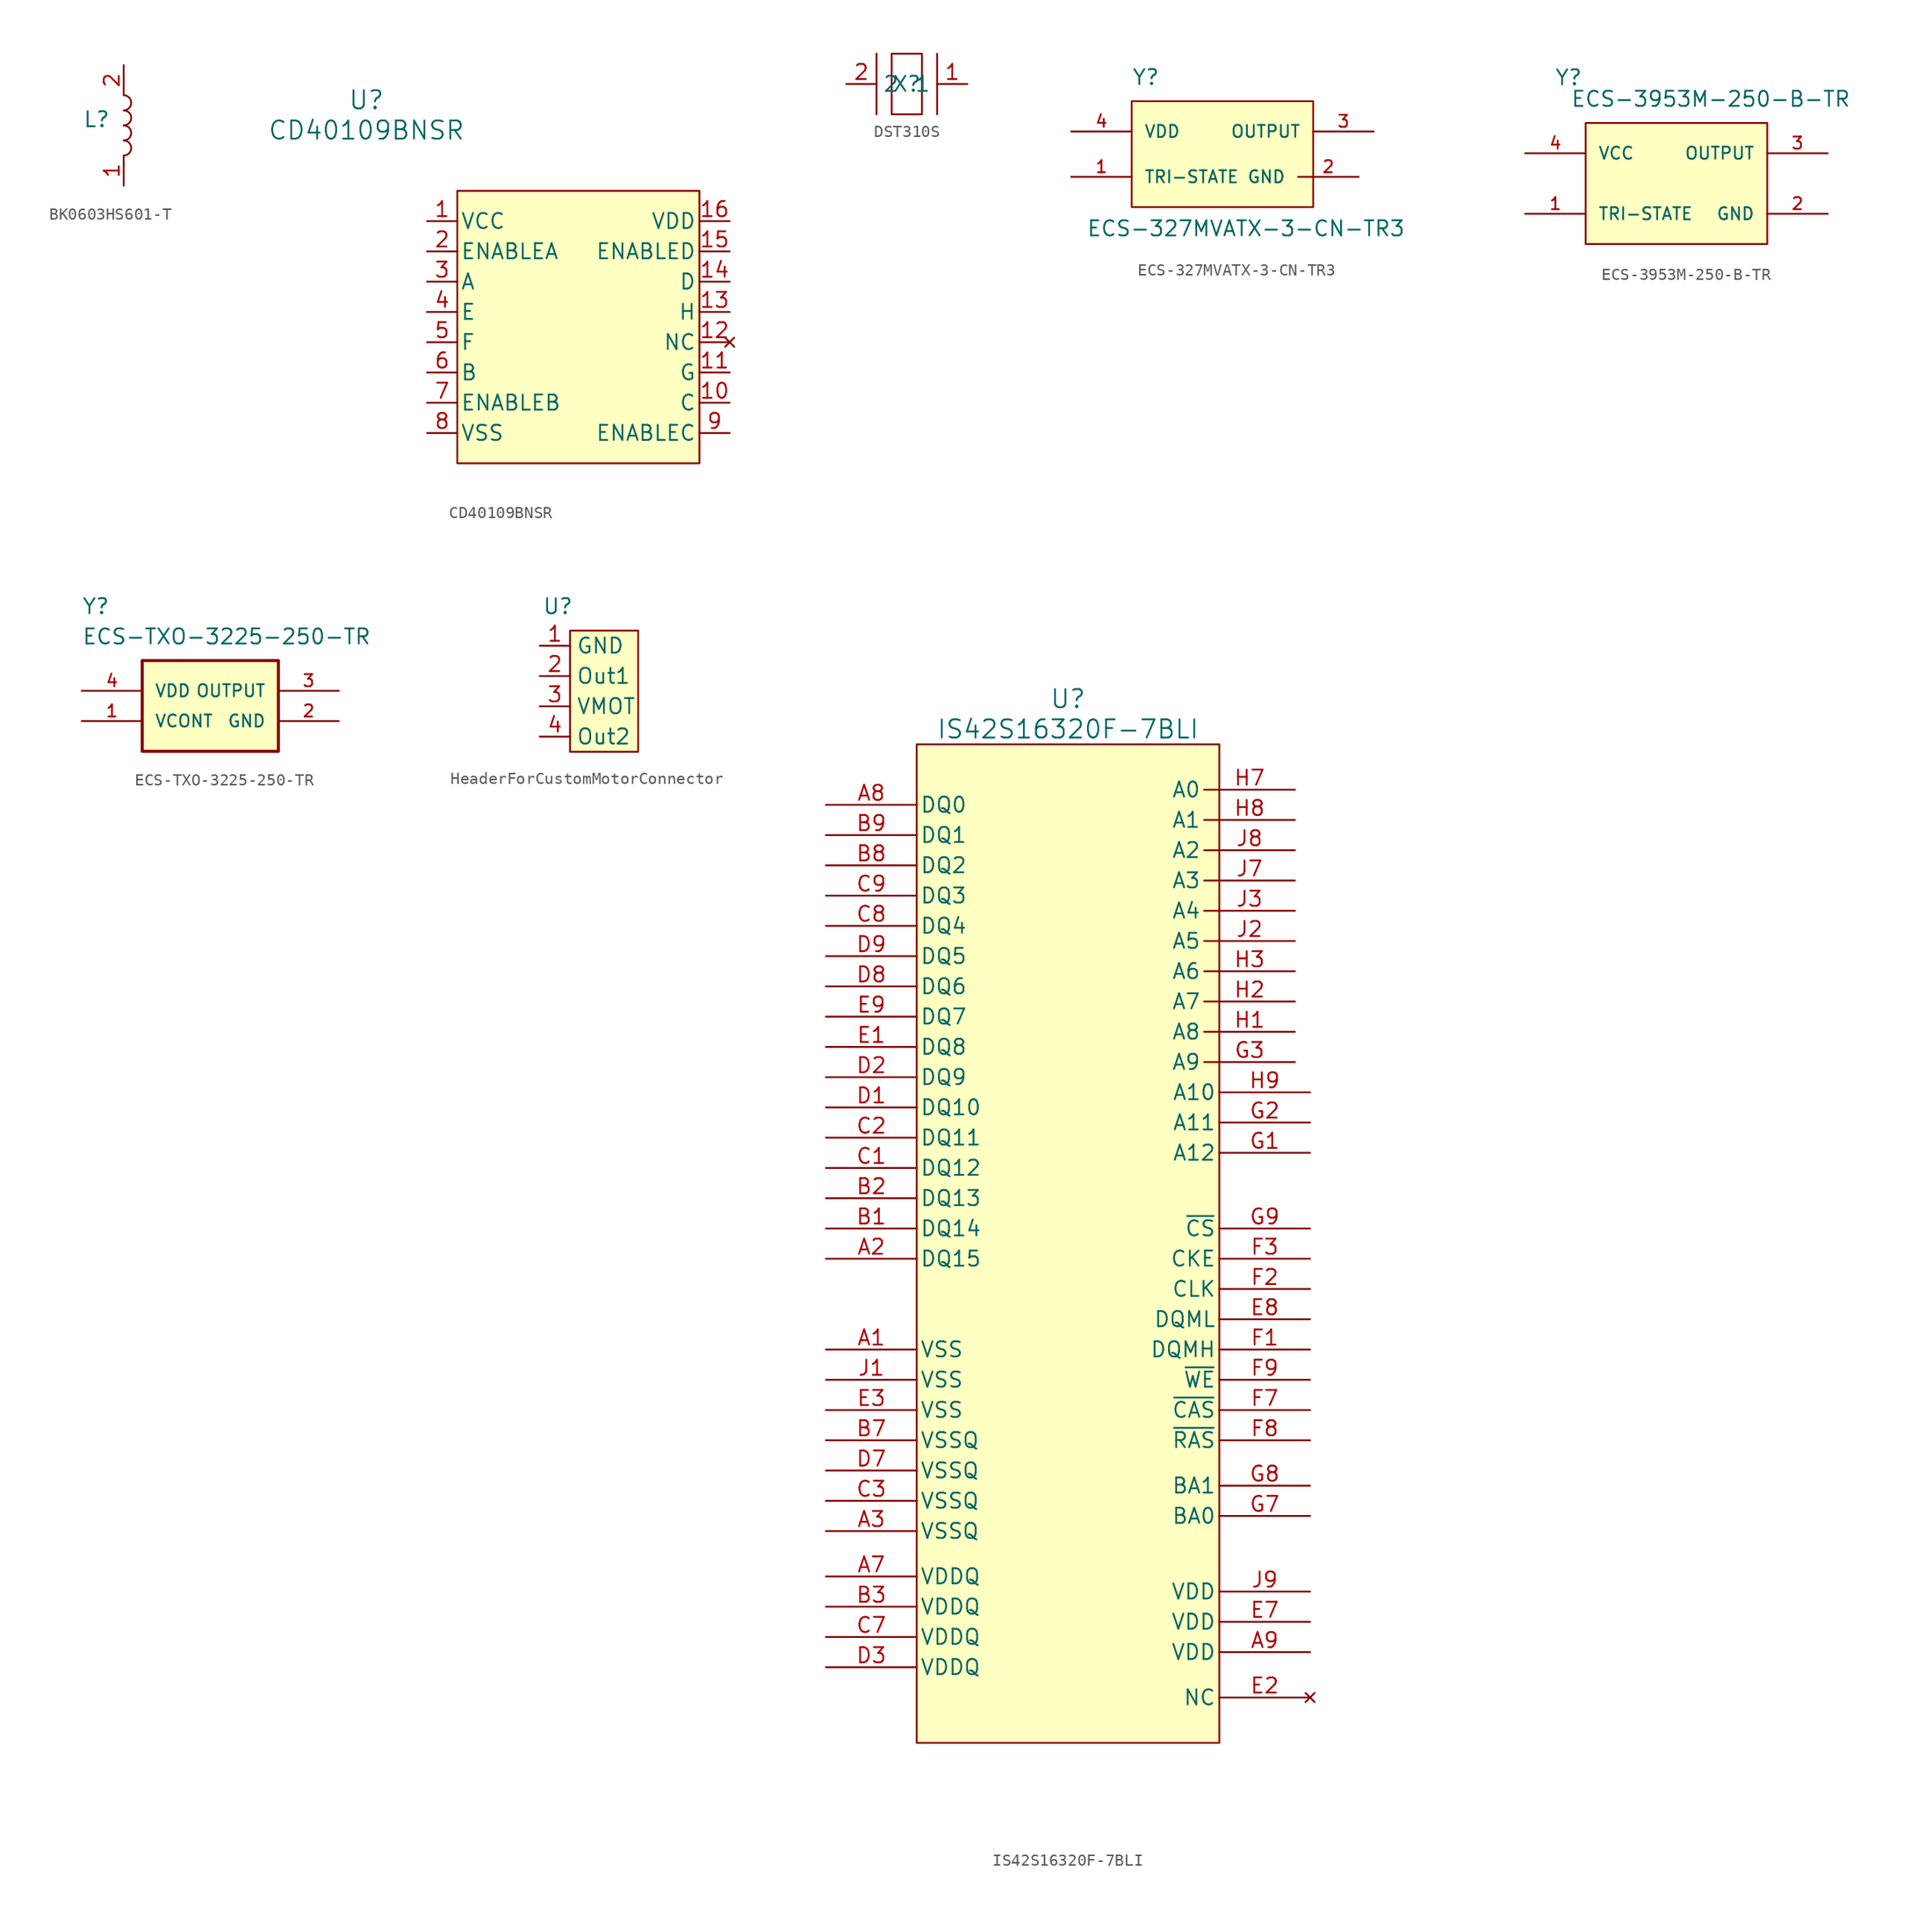
<source format=kicad_sym>
(kicad_symbol_lib
  (version 20241209)
  (generator "kicad_symbol_editor")
  (generator_version "9.0")
  (symbol "BK0603HS601-T"
    (property "Reference" "L"
      (at -2.286 3.048 0)
      (effects (font (size 1.27 1.27))))
    (property "Value" ""
      (at 0 0 0)
      (effects (font (size 1.27 1.27))))
    (symbol "BK0603HS601-T_0_1"
      (arc (start 0 5.08) (mid 0.635 4.445) (end 0 3.81) (stroke (width 0) (type default)) (fill (type none)))
      (arc (start 0 3.81) (mid 0.635 3.175) (end 0 2.54) (stroke (width 0) (type default)) (fill (type none)))
      (arc (start 0 2.54) (mid 0.635 1.905) (end 0 1.27) (stroke (width 0) (type default)) (fill (type none)))
      (arc (start 0 1.27) (mid 0.635 0.635) (end 0 0) (stroke (width 0) (type default)) (fill (type none))))
    (symbol "BK0603HS601-T_1_1"
      (pin passive line (at 0 7.62 270) (length 2.54) (name "" (effects (font (size 1.27 1.27)))) (number "2" (effects (font (size 1.27 1.27)))))
      (pin passive line (at 0 -2.54 90) (length 2.54) (name "" (effects (font (size 1.27 1.27)))) (number "1" (effects (font (size 1.27 1.27)))))))
  (symbol "CD40109BNSR"
    (pin_names
      (offset 0.254))
    (property "Reference" "U"
      (at -27.94 30.48 0)
      (effects (font (size 1.524 1.524))))
    (property "Value" "CD40109BNSR"
      (at -27.94 27.94 0)
      (effects (font (size 1.524 1.524))))
    (symbol "CD40109BNSR_1_1"
      (rectangle (start -20.32 22.86) (end 0 0) (stroke (width 0) (type default)) (fill (type background)))
      (pin power_in line (at -22.86 20.32 0) (length 2.54) (name "VCC" (effects (font (size 1.27 1.27)))) (number "1" (effects (font (size 1.27 1.27)))))
      (pin input line (at -22.86 17.78 0) (length 2.54) (name "ENABLEA" (effects (font (size 1.27 1.27)))) (number "2" (effects (font (size 1.27 1.27)))))
      (pin input line (at -22.86 15.24 0) (length 2.54) (name "A" (effects (font (size 1.27 1.27)))) (number "3" (effects (font (size 1.27 1.27)))))
      (pin output line (at -22.86 12.7 0) (length 2.54) (name "E" (effects (font (size 1.27 1.27)))) (number "4" (effects (font (size 1.27 1.27)))))
      (pin output line (at -22.86 10.16 0) (length 2.54) (name "F" (effects (font (size 1.27 1.27)))) (number "5" (effects (font (size 1.27 1.27)))))
      (pin input line (at -22.86 7.62 0) (length 2.54) (name "B" (effects (font (size 1.27 1.27)))) (number "6" (effects (font (size 1.27 1.27)))))
      (pin input line (at -22.86 5.08 0) (length 2.54) (name "ENABLEB" (effects (font (size 1.27 1.27)))) (number "7" (effects (font (size 1.27 1.27)))))
      (pin power_in line (at -22.86 2.54 0) (length 2.54) (name "VSS" (effects (font (size 1.27 1.27)))) (number "8" (effects (font (size 1.27 1.27)))))
      (pin power_in line (at 2.54 20.32 180) (length 2.54) (name "VDD" (effects (font (size 1.27 1.27)))) (number "16" (effects (font (size 1.27 1.27)))))
      (pin input line (at 2.54 17.78 180) (length 2.54) (name "ENABLED" (effects (font (size 1.27 1.27)))) (number "15" (effects (font (size 1.27 1.27)))))
      (pin input line (at 2.54 15.24 180) (length 2.54) (name "D" (effects (font (size 1.27 1.27)))) (number "14" (effects (font (size 1.27 1.27)))))
      (pin output line (at 2.54 12.7 180) (length 2.54) (name "H" (effects (font (size 1.27 1.27)))) (number "13" (effects (font (size 1.27 1.27)))))
      (pin no_connect line (at 2.54 10.16 180) (length 2.54) (name "NC" (effects (font (size 1.27 1.27)))) (number "12" (effects (font (size 1.27 1.27)))))
      (pin output line (at 2.54 7.62 180) (length 2.54) (name "G" (effects (font (size 1.27 1.27)))) (number "11" (effects (font (size 1.27 1.27)))))
      (pin input line (at 2.54 5.08 180) (length 2.54) (name "C" (effects (font (size 1.27 1.27)))) (number "10" (effects (font (size 1.27 1.27)))))
      (pin input line (at 2.54 2.54 180) (length 2.54) (name "ENABLEC" (effects (font (size 1.27 1.27)))) (number "9" (effects (font (size 1.27 1.27)))))))
  (symbol "DST310S"
    (property "Reference" "X"
      (at 0 0 0)
      (effects (font (size 1.27 1.27))))
    (property "Value" ""
      (at 0 0 0)
      (effects (font (size 1.27 1.27))))
    (symbol "DST310S_0_1"
      (rectangle (start -2.54 2.54) (end -2.54 -2.54) (stroke (width 0) (type default)) (fill (type none)))
      (rectangle (start -1.27 2.54) (end 1.27 -2.54) (stroke (width 0) (type default)) (fill (type none)))
      (rectangle (start 2.54 2.54) (end 2.54 -2.54) (stroke (width 0) (type default)) (fill (type none))))
    (symbol "DST310S_1_1"
      (pin input line (at -5.08 0 0) (length 2.54) (name "2" (effects (font (size 1.27 1.27)))) (number "2" (effects (font (size 1.27 1.27)))))
      (pin input line (at 5.08 0 180) (length 2.54) (name "1" (effects (font (size 1.27 1.27)))) (number "1" (effects (font (size 1.27 1.27)))))))
  (symbol "ECS-327MVATX-3-CN-TR3"
    (pin_names
      (offset 1.016))
    (property "Reference" "Y"
      (at -7.62 5.08 0)
      (effects (font (size 1.27 1.27)) (justify left bottom)))
    (property "Value" "ECS-327MVATX-3-CN-TR3"
      (at -11.43 -7.62 0)
      (effects (font (size 1.27 1.27)) (justify left bottom)))
    (symbol "ECS-327MVATX-3-CN-TR3_0_0"
      (rectangle (start -7.62 3.81) (end 7.62 -5.08) (stroke (width 0.152) (type solid)) (fill (type background)))
      (pin input line (at -12.7 1.27 0) (length 5.08) (name "VDD" (effects (font (size 1.016 1.016)))) (number "4" (effects (font (size 1.016 1.016)))))
      (pin input line (at -12.7 -2.54 0) (length 5.08) (name "TRI-STATE" (effects (font (size 1.016 1.016)))) (number "1" (effects (font (size 1.016 1.016)))))
      (pin power_in line (at 11.43 -2.54 180) (length 5.08) (name "GND" (effects (font (size 1.016 1.016)))) (number "2" (effects (font (size 1.016 1.016)))))
      (pin output line (at 12.7 1.27 180) (length 5.08) (name "OUTPUT" (effects (font (size 1.016 1.016)))) (number "3" (effects (font (size 1.016 1.016)))))))
  (symbol "ECS-3953M-250-B-TR"
    (pin_names
      (offset 1.016))
    (property "Reference" "Y"
      (at -10.236 8.153 0)
      (effects (font (size 1.27 1.27)) (justify left bottom)))
    (property "Value" "ECS-3953M-250-B-TR"
      (at -8.89 6.35 0)
      (effects (font (size 1.27 1.27)) (justify left bottom)))
    (symbol "ECS-3953M-250-B-TR_0_0"
      (rectangle (start -7.62 5.08) (end 7.62 -5.08) (stroke (width 0.152) (type solid)) (fill (type background)))
      (pin input line (at -12.7 2.54 0) (length 5.08) (name "VCC" (effects (font (size 1.016 1.016)))) (number "4" (effects (font (size 1.016 1.016)))))
      (pin input line (at -12.7 -2.54 0) (length 5.08) (name "TRI-STATE" (effects (font (size 1.016 1.016)))) (number "1" (effects (font (size 1.016 1.016)))))
      (pin output line (at 12.7 2.54 180) (length 5.08) (name "OUTPUT" (effects (font (size 1.016 1.016)))) (number "3" (effects (font (size 1.016 1.016)))))
      (pin power_in line (at 12.7 -2.54 180) (length 5.08) (name "GND" (effects (font (size 1.016 1.016)))) (number "2" (effects (font (size 1.016 1.016)))))))
  (symbol "ECS-TXO-3225-250-TR"
    (pin_names
      (offset 1.016))
    (property "Reference" "Y"
      (at -10.16 7.62 0)
      (effects (font (size 1.27 1.27)) (justify left bottom)))
    (property "Value" "ECS-TXO-3225-250-TR"
      (at -10.16 5.08 0)
      (effects (font (size 1.27 1.27)) (justify left bottom)))
    (symbol "ECS-TXO-3225-250-TR_0_0"
      (rectangle (start -5.08 3.81) (end 6.35 -3.81) (stroke (width 0.254) (type solid)) (fill (type background)))
      (pin input line (at -10.16 1.27 0) (length 5.08) (name "VDD" (effects (font (size 1.016 1.016)))) (number "4" (effects (font (size 1.016 1.016)))))
      (pin input line (at -10.16 -1.27 0) (length 5.08) (name "VCONT" (effects (font (size 1.016 1.016)))) (number "1" (effects (font (size 1.016 1.016)))))
      (pin output line (at 11.43 1.27 180) (length 5.08) (name "OUTPUT" (effects (font (size 1.016 1.016)))) (number "3" (effects (font (size 1.016 1.016)))))
      (pin power_in line (at 11.43 -1.27 180) (length 5.08) (name "GND" (effects (font (size 1.016 1.016)))) (number "2" (effects (font (size 1.016 1.016)))))))
  (symbol "HeaderForCustomMotorConnector"
    (property "Reference" "U"
      (at -6.731 12.192 0)
      (effects (font (size 1.27 1.27))))
    (property "Value" ""
      (at -5.715 6.35 0)
      (effects (font (size 1.27 1.27))))
    (symbol "HeaderForCustomMotorConnector_1_1"
      (rectangle (start -5.715 10.16) (end 0 0) (stroke (width 0) (type default)) (fill (type background)))
      (pin passive line (at -8.255 8.89 0) (length 2.54) (name "GND" (effects (font (size 1.27 1.27)))) (number "1" (effects (font (size 1.27 1.27)))))
      (pin passive line (at -8.255 6.35 0) (length 2.54) (name "Out1" (effects (font (size 1.27 1.27)))) (number "2" (effects (font (size 1.27 1.27)))))
      (pin passive line (at -8.255 3.81 0) (length 2.54) (name "VMOT" (effects (font (size 1.27 1.27)))) (number "3" (effects (font (size 1.27 1.27)))))
      (pin passive line (at -8.255 1.27 0) (length 2.54) (name "Out2" (effects (font (size 1.27 1.27)))) (number "4" (effects (font (size 1.27 1.27)))))))
  (symbol "IS42S16320F-7BLI"
    (pin_names
      (offset 0.254))
    (property "Reference" "U"
      (at 0 41.91 0)
      (effects (font (size 1.524 1.524))))
    (property "Value" "IS42S16320F-7BLI"
      (at 0 39.37 0)
      (effects (font (size 1.524 1.524))))
    (property "ki_locked" ""
      (at 0 0 0)
      (effects (font (size 1.27 1.27))))
    (symbol "IS42S16320F-7BLI_1_1"
      (rectangle (start -12.7 38.1) (end 12.7 -45.72) (stroke (width 0) (type default)) (fill (type background)))
      (pin bidirectional line (at -20.32 33.02 0) (length 7.62) (name "DQ0" (effects (font (size 1.27 1.27)))) (number "A8" (effects (font (size 1.27 1.27)))))
      (pin bidirectional line (at -20.32 30.48 0) (length 7.62) (name "DQ1" (effects (font (size 1.27 1.27)))) (number "B9" (effects (font (size 1.27 1.27)))))
      (pin bidirectional line (at -20.32 27.94 0) (length 7.62) (name "DQ2" (effects (font (size 1.27 1.27)))) (number "B8" (effects (font (size 1.27 1.27)))))
      (pin bidirectional line (at -20.32 25.4 0) (length 7.62) (name "DQ3" (effects (font (size 1.27 1.27)))) (number "C9" (effects (font (size 1.27 1.27)))))
      (pin bidirectional line (at -20.32 22.86 0) (length 7.62) (name "DQ4" (effects (font (size 1.27 1.27)))) (number "C8" (effects (font (size 1.27 1.27)))))
      (pin bidirectional line (at -20.32 20.32 0) (length 7.62) (name "DQ5" (effects (font (size 1.27 1.27)))) (number "D9" (effects (font (size 1.27 1.27)))))
      (pin bidirectional line (at -20.32 17.78 0) (length 7.62) (name "DQ6" (effects (font (size 1.27 1.27)))) (number "D8" (effects (font (size 1.27 1.27)))))
      (pin bidirectional line (at -20.32 15.24 0) (length 7.62) (name "DQ7" (effects (font (size 1.27 1.27)))) (number "E9" (effects (font (size 1.27 1.27)))))
      (pin bidirectional line (at -20.32 12.7 0) (length 7.62) (name "DQ8" (effects (font (size 1.27 1.27)))) (number "E1" (effects (font (size 1.27 1.27)))))
      (pin bidirectional line (at -20.32 10.16 0) (length 7.62) (name "DQ9" (effects (font (size 1.27 1.27)))) (number "D2" (effects (font (size 1.27 1.27)))))
      (pin bidirectional line (at -20.32 7.62 0) (length 7.62) (name "DQ10" (effects (font (size 1.27 1.27)))) (number "D1" (effects (font (size 1.27 1.27)))))
      (pin bidirectional line (at -20.32 5.08 0) (length 7.62) (name "DQ11" (effects (font (size 1.27 1.27)))) (number "C2" (effects (font (size 1.27 1.27)))))
      (pin bidirectional line (at -20.32 2.54 0) (length 7.62) (name "DQ12" (effects (font (size 1.27 1.27)))) (number "C1" (effects (font (size 1.27 1.27)))))
      (pin bidirectional line (at -20.32 0 0) (length 7.62) (name "DQ13" (effects (font (size 1.27 1.27)))) (number "B2" (effects (font (size 1.27 1.27)))))
      (pin bidirectional line (at -20.32 -2.54 0) (length 7.62) (name "DQ14" (effects (font (size 1.27 1.27)))) (number "B1" (effects (font (size 1.27 1.27)))))
      (pin bidirectional line (at -20.32 -5.08 0) (length 7.62) (name "DQ15" (effects (font (size 1.27 1.27)))) (number "A2" (effects (font (size 1.27 1.27)))))
      (pin power_in line (at -20.32 -12.7 0) (length 7.62) (name "VSS" (effects (font (size 1.27 1.27)))) (number "A1" (effects (font (size 1.27 1.27)))))
      (pin power_in line (at -20.32 -15.24 0) (length 7.62) (name "VSS" (effects (font (size 1.27 1.27)))) (number "J1" (effects (font (size 1.27 1.27)))))
      (pin power_in line (at -20.32 -17.78 0) (length 7.62) (name "VSS" (effects (font (size 1.27 1.27)))) (number "E3" (effects (font (size 1.27 1.27)))))
      (pin power_in line (at -20.32 -20.32 0) (length 7.62) (name "VSSQ" (effects (font (size 1.27 1.27)))) (number "B7" (effects (font (size 1.27 1.27)))))
      (pin power_in line (at -20.32 -22.86 0) (length 7.62) (name "VSSQ" (effects (font (size 1.27 1.27)))) (number "D7" (effects (font (size 1.27 1.27)))))
      (pin power_in line (at -20.32 -25.4 0) (length 7.62) (name "VSSQ" (effects (font (size 1.27 1.27)))) (number "C3" (effects (font (size 1.27 1.27)))))
      (pin power_in line (at -20.32 -27.94 0) (length 7.62) (name "VSSQ" (effects (font (size 1.27 1.27)))) (number "A3" (effects (font (size 1.27 1.27)))))
      (pin power_in line (at -20.32 -31.75 0) (length 7.62) (name "VDDQ" (effects (font (size 1.27 1.27)))) (number "A7" (effects (font (size 1.27 1.27)))))
      (pin power_in line (at -20.32 -34.29 0) (length 7.62) (name "VDDQ" (effects (font (size 1.27 1.27)))) (number "B3" (effects (font (size 1.27 1.27)))))
      (pin power_in line (at -20.32 -36.83 0) (length 7.62) (name "VDDQ" (effects (font (size 1.27 1.27)))) (number "C7" (effects (font (size 1.27 1.27)))))
      (pin power_in line (at -20.32 -39.37 0) (length 7.62) (name "VDDQ" (effects (font (size 1.27 1.27)))) (number "D3" (effects (font (size 1.27 1.27)))))
      (pin output line (at 19.05 34.29 180) (length 7.62) (name "A0" (effects (font (size 1.27 1.27)))) (number "H7" (effects (font (size 1.27 1.27)))))
      (pin output line (at 19.05 31.75 180) (length 7.62) (name "A1" (effects (font (size 1.27 1.27)))) (number "H8" (effects (font (size 1.27 1.27)))))
      (pin output line (at 19.05 29.21 180) (length 7.62) (name "A2" (effects (font (size 1.27 1.27)))) (number "J8" (effects (font (size 1.27 1.27)))))
      (pin output line (at 19.05 26.67 180) (length 7.62) (name "A3" (effects (font (size 1.27 1.27)))) (number "J7" (effects (font (size 1.27 1.27)))))
      (pin output line (at 19.05 24.13 180) (length 7.62) (name "A4" (effects (font (size 1.27 1.27)))) (number "J3" (effects (font (size 1.27 1.27)))))
      (pin output line (at 19.05 21.59 180) (length 7.62) (name "A5" (effects (font (size 1.27 1.27)))) (number "J2" (effects (font (size 1.27 1.27)))))
      (pin output line (at 19.05 19.05 180) (length 7.62) (name "A6" (effects (font (size 1.27 1.27)))) (number "H3" (effects (font (size 1.27 1.27)))))
      (pin output line (at 19.05 16.51 180) (length 7.62) (name "A7" (effects (font (size 1.27 1.27)))) (number "H2" (effects (font (size 1.27 1.27)))))
      (pin output line (at 19.05 13.97 180) (length 7.62) (name "A8" (effects (font (size 1.27 1.27)))) (number "H1" (effects (font (size 1.27 1.27)))))
      (pin output line (at 19.05 11.43 180) (length 7.62) (name "A9" (effects (font (size 1.27 1.27)))) (number "G3" (effects (font (size 1.27 1.27)))))
      (pin output line (at 20.32 8.89 180) (length 7.62) (name "A10" (effects (font (size 1.27 1.27)))) (number "H9" (effects (font (size 1.27 1.27)))))
      (pin output line (at 20.32 6.35 180) (length 7.62) (name "A11" (effects (font (size 1.27 1.27)))) (number "G2" (effects (font (size 1.27 1.27)))))
      (pin output line (at 20.32 3.81 180) (length 7.62) (name "A12" (effects (font (size 1.27 1.27)))) (number "G1" (effects (font (size 1.27 1.27)))))
      (pin output line (at 20.32 -2.54 180) (length 7.62) (name "~{CS}" (effects (font (size 1.27 1.27)))) (number "G9" (effects (font (size 1.27 1.27)))))
      (pin output line (at 20.32 -5.08 180) (length 7.62) (name "CKE" (effects (font (size 1.27 1.27)))) (number "F3" (effects (font (size 1.27 1.27)))))
      (pin output line (at 20.32 -7.62 180) (length 7.62) (name "CLK" (effects (font (size 1.27 1.27)))) (number "F2" (effects (font (size 1.27 1.27)))))
      (pin output line (at 20.32 -10.16 180) (length 7.62) (name "DQML" (effects (font (size 1.27 1.27)))) (number "E8" (effects (font (size 1.27 1.27)))))
      (pin output line (at 20.32 -12.7 180) (length 7.62) (name "DQMH" (effects (font (size 1.27 1.27)))) (number "F1" (effects (font (size 1.27 1.27)))))
      (pin output line (at 20.32 -15.24 180) (length 7.62) (name "~{WE}" (effects (font (size 1.27 1.27)))) (number "F9" (effects (font (size 1.27 1.27)))))
      (pin output line (at 20.32 -17.78 180) (length 7.62) (name "~{CAS}" (effects (font (size 1.27 1.27)))) (number "F7" (effects (font (size 1.27 1.27)))))
      (pin output line (at 20.32 -20.32 180) (length 7.62) (name "~{RAS}" (effects (font (size 1.27 1.27)))) (number "F8" (effects (font (size 1.27 1.27)))))
      (pin output line (at 20.32 -24.13 180) (length 7.62) (name "BA1" (effects (font (size 1.27 1.27)))) (number "G8" (effects (font (size 1.27 1.27)))))
      (pin output line (at 20.32 -26.67 180) (length 7.62) (name "BA0" (effects (font (size 1.27 1.27)))) (number "G7" (effects (font (size 1.27 1.27)))))
      (pin power_in line (at 20.32 -33.02 180) (length 7.62) (name "VDD" (effects (font (size 1.27 1.27)))) (number "J9" (effects (font (size 1.27 1.27)))))
      (pin power_in line (at 20.32 -35.56 180) (length 7.62) (name "VDD" (effects (font (size 1.27 1.27)))) (number "E7" (effects (font (size 1.27 1.27)))))
      (pin power_in line (at 20.32 -38.1 180) (length 7.62) (name "VDD" (effects (font (size 1.27 1.27)))) (number "A9" (effects (font (size 1.27 1.27)))))
      (pin no_connect line (at 20.32 -41.91 180) (length 7.62) (name "NC" (effects (font (size 1.27 1.27)))) (number "E2" (effects (font (size 1.27 1.27))))))))
</source>
